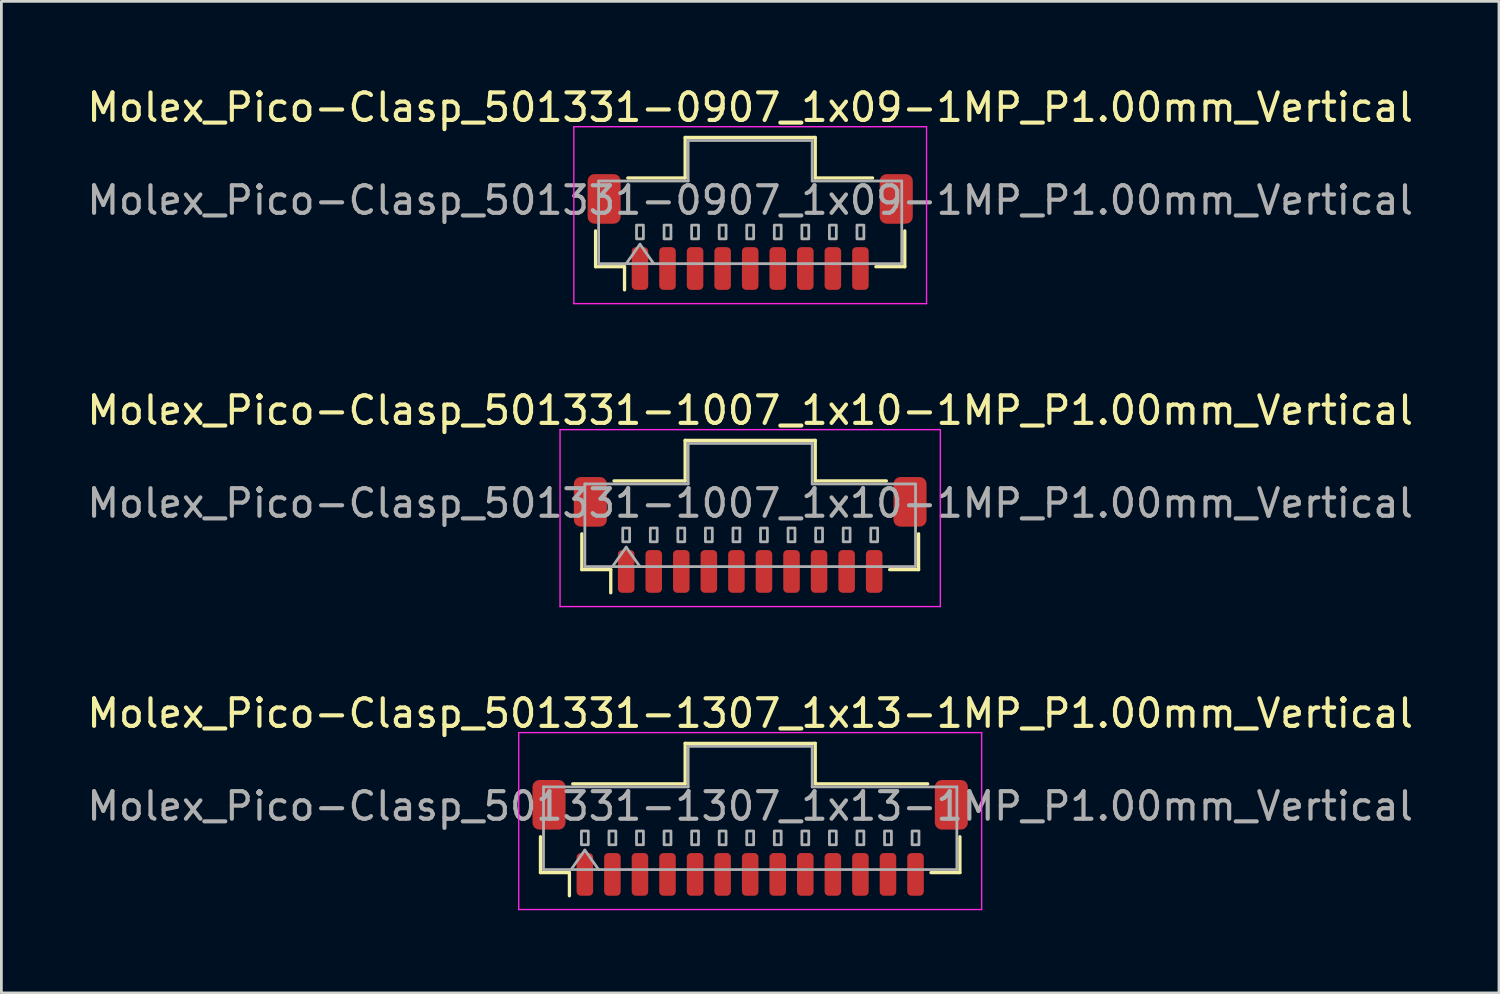
<source format=kicad_pcb>
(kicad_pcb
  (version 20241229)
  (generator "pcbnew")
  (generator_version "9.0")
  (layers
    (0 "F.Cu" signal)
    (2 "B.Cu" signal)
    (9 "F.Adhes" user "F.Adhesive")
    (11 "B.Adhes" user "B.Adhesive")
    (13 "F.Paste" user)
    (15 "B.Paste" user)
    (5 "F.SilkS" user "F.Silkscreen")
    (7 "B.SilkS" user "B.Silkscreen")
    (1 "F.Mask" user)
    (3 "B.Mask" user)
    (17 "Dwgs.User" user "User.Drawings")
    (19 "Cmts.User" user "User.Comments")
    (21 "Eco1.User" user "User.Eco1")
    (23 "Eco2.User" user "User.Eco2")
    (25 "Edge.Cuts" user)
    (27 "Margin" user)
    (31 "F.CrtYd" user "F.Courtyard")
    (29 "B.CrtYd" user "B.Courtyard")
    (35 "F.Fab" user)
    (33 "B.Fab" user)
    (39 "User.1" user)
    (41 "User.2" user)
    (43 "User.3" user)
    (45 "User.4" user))
  (footprint "Molex_Pico-Clasp_501331-0907_1x09-1MP_P1.00mm_Vertical"
    (layer "F.Cu")
    (at 24.173 5.368)
    (property "Reference" "Molex_Pico-Clasp_501331-0907_1x09-1MP_P1.00mm_Vertical" (at 0 -4.52 0) (layer "F.SilkS") (effects (font (size 1 1) (thickness 0.15))))
    (attr smd)
    (fp_line (start -5.61 -0.04) (end -5.61 1.26) (stroke (width 0.12) (type solid)) (layer "F.SilkS"))
    (fp_line (start -5.61 1.26) (end -4.56 1.26) (stroke (width 0.12) (type solid)) (layer "F.SilkS"))
    (fp_line (start -4.56 1.26) (end -4.56 2.1) (stroke (width 0.12) (type solid)) (layer "F.SilkS"))
    (fp_line (start -4.44 -1.96) (end -2.36 -1.96) (stroke (width 0.12) (type solid)) (layer "F.SilkS"))
    (fp_line (start -2.36 -3.43) (end 2.36 -3.43) (stroke (width 0.12) (type solid)) (layer "F.SilkS"))
    (fp_line (start -2.36 -1.96) (end -2.36 -3.43) (stroke (width 0.12) (type solid)) (layer "F.SilkS"))
    (fp_line (start 2.36 -3.43) (end 2.36 -1.96) (stroke (width 0.12) (type solid)) (layer "F.SilkS"))
    (fp_line (start 2.36 -1.96) (end 4.44 -1.96) (stroke (width 0.12) (type solid)) (layer "F.SilkS"))
    (fp_line (start 5.61 -0.04) (end 5.61 1.26) (stroke (width 0.12) (type solid)) (layer "F.SilkS"))
    (fp_line (start 5.61 1.26) (end 4.56 1.26) (stroke (width 0.12) (type solid)) (layer "F.SilkS"))
    (fp_line (start -6.4 -3.82) (end -6.4 2.6) (stroke (width 0.05) (type solid)) (layer "F.CrtYd"))
    (fp_line (start -6.4 2.6) (end 6.4 2.6) (stroke (width 0.05) (type solid)) (layer "F.CrtYd"))
    (fp_line (start 6.4 -3.82) (end -6.4 -3.82) (stroke (width 0.05) (type solid)) (layer "F.CrtYd"))
    (fp_line (start 6.4 2.6) (end 6.4 -3.82) (stroke (width 0.05) (type solid)) (layer "F.CrtYd"))
    (fp_line (start -5.5 -1.85) (end -2.25 -1.85) (stroke (width 0.1) (type solid)) (layer "F.Fab"))
    (fp_line (start -5.5 1.15) (end -5.5 -1.85) (stroke (width 0.1) (type solid)) (layer "F.Fab"))
    (fp_line (start -5.5 1.15) (end 5.5 1.15) (stroke (width 0.1) (type solid)) (layer "F.Fab"))
    (fp_line (start -4.5 1.15) (end -4 0.443) (stroke (width 0.1) (type solid)) (layer "F.Fab"))
    (fp_line (start -4 0.443) (end -3.5 1.15) (stroke (width 0.1) (type solid)) (layer "F.Fab"))
    (fp_line (start -2.25 -3.32) (end 2.25 -3.32) (stroke (width 0.1) (type solid)) (layer "F.Fab"))
    (fp_line (start -2.25 -1.85) (end -2.25 -3.32) (stroke (width 0.1) (type solid)) (layer "F.Fab"))
    (fp_line (start 2.25 -3.32) (end 2.25 -1.85) (stroke (width 0.1) (type solid)) (layer "F.Fab"))
    (fp_line (start 2.25 -1.85) (end 5.5 -1.85) (stroke (width 0.1) (type solid)) (layer "F.Fab"))
    (fp_line (start 5.5 1.15) (end 5.5 -1.85) (stroke (width 0.1) (type solid)) (layer "F.Fab"))
    (fp_rect (start -4.125 -0.25) (end -3.875 0.25) (stroke (width 0.1) (type solid)) (fill no) (layer "F.Fab"))
    (fp_rect (start -3.125 -0.25) (end -2.875 0.25) (stroke (width 0.1) (type solid)) (fill no) (layer "F.Fab"))
    (fp_rect (start -2.125 -0.25) (end -1.875 0.25) (stroke (width 0.1) (type solid)) (fill no) (layer "F.Fab"))
    (fp_rect (start -1.125 -0.25) (end -0.875 0.25) (stroke (width 0.1) (type solid)) (fill no) (layer "F.Fab"))
    (fp_rect (start -0.125 -0.25) (end 0.125 0.25) (stroke (width 0.1) (type solid)) (fill no) (layer "F.Fab"))
    (fp_rect (start 0.875 -0.25) (end 1.125 0.25) (stroke (width 0.1) (type solid)) (fill no) (layer "F.Fab"))
    (fp_rect (start 1.875 -0.25) (end 2.125 0.25) (stroke (width 0.1) (type solid)) (fill no) (layer "F.Fab"))
    (fp_rect (start 2.875 -0.25) (end 3.125 0.25) (stroke (width 0.1) (type solid)) (fill no) (layer "F.Fab"))
    (fp_rect (start 3.875 -0.25) (end 4.125 0.25) (stroke (width 0.1) (type solid)) (fill no) (layer "F.Fab"))
    (fp_text user "${REFERENCE}" (at 0 -1.15 0) (layer "F.Fab") (effects (font (size 1 1) (thickness 0.15))))
    (pad "1" smd roundrect (at -4 1.325) (size 0.6 1.55) (layers "F.Cu" "F.Mask" "F.Paste") (roundrect_rratio 0.25))
    (pad "2" smd roundrect (at -3 1.325) (size 0.6 1.55) (layers "F.Cu" "F.Mask" "F.Paste") (roundrect_rratio 0.25))
    (pad "3" smd roundrect (at -2 1.325) (size 0.6 1.55) (layers "F.Cu" "F.Mask" "F.Paste") (roundrect_rratio 0.25))
    (pad "4" smd roundrect (at -1 1.325) (size 0.6 1.55) (layers "F.Cu" "F.Mask" "F.Paste") (roundrect_rratio 0.25))
    (pad "5" smd roundrect (at 0 1.325) (size 0.6 1.55) (layers "F.Cu" "F.Mask" "F.Paste") (roundrect_rratio 0.25))
    (pad "6" smd roundrect (at 1 1.325) (size 0.6 1.55) (layers "F.Cu" "F.Mask" "F.Paste") (roundrect_rratio 0.25))
    (pad "7" smd roundrect (at 2 1.325) (size 0.6 1.55) (layers "F.Cu" "F.Mask" "F.Paste") (roundrect_rratio 0.25))
    (pad "8" smd roundrect (at 3 1.325) (size 0.6 1.55) (layers "F.Cu" "F.Mask" "F.Paste") (roundrect_rratio 0.25))
    (pad "9" smd roundrect (at 4 1.325) (size 0.6 1.55) (layers "F.Cu" "F.Mask" "F.Paste") (roundrect_rratio 0.25))
    (pad "MP" smd roundrect (at -5.3 -1.2) (size 1.2 1.8) (layers "F.Cu" "F.Mask" "F.Paste") (roundrect_rratio 0.208))
    (pad "MP" smd roundrect (at 5.3 -1.2) (size 1.2 1.8) (layers "F.Cu" "F.Mask" "F.Paste") (roundrect_rratio 0.208)))
  (footprint "Molex_Pico-Clasp_501331-1007_1x10-1MP_P1.00mm_Vertical"
    (layer "F.Cu")
    (at 24.173 16.361)
    (property "Reference" "Molex_Pico-Clasp_501331-1007_1x10-1MP_P1.00mm_Vertical" (at 0 -4.52 0) (layer "F.SilkS") (effects (font (size 1 1) (thickness 0.15))))
    (attr smd)
    (fp_line (start -6.11 -0.04) (end -6.11 1.26) (stroke (width 0.12) (type solid)) (layer "F.SilkS"))
    (fp_line (start -6.11 1.26) (end -5.06 1.26) (stroke (width 0.12) (type solid)) (layer "F.SilkS"))
    (fp_line (start -5.06 1.26) (end -5.06 2.1) (stroke (width 0.12) (type solid)) (layer "F.SilkS"))
    (fp_line (start -4.94 -1.96) (end -2.36 -1.96) (stroke (width 0.12) (type solid)) (layer "F.SilkS"))
    (fp_line (start -2.36 -3.43) (end 2.36 -3.43) (stroke (width 0.12) (type solid)) (layer "F.SilkS"))
    (fp_line (start -2.36 -1.96) (end -2.36 -3.43) (stroke (width 0.12) (type solid)) (layer "F.SilkS"))
    (fp_line (start 2.36 -3.43) (end 2.36 -1.96) (stroke (width 0.12) (type solid)) (layer "F.SilkS"))
    (fp_line (start 2.36 -1.96) (end 4.94 -1.96) (stroke (width 0.12) (type solid)) (layer "F.SilkS"))
    (fp_line (start 6.11 -0.04) (end 6.11 1.26) (stroke (width 0.12) (type solid)) (layer "F.SilkS"))
    (fp_line (start 6.11 1.26) (end 5.06 1.26) (stroke (width 0.12) (type solid)) (layer "F.SilkS"))
    (fp_line (start -6.9 -3.82) (end -6.9 2.6) (stroke (width 0.05) (type solid)) (layer "F.CrtYd"))
    (fp_line (start -6.9 2.6) (end 6.9 2.6) (stroke (width 0.05) (type solid)) (layer "F.CrtYd"))
    (fp_line (start 6.9 -3.82) (end -6.9 -3.82) (stroke (width 0.05) (type solid)) (layer "F.CrtYd"))
    (fp_line (start 6.9 2.6) (end 6.9 -3.82) (stroke (width 0.05) (type solid)) (layer "F.CrtYd"))
    (fp_line (start -6 -1.85) (end -2.25 -1.85) (stroke (width 0.1) (type solid)) (layer "F.Fab"))
    (fp_line (start -6 1.15) (end -6 -1.85) (stroke (width 0.1) (type solid)) (layer "F.Fab"))
    (fp_line (start -6 1.15) (end 6 1.15) (stroke (width 0.1) (type solid)) (layer "F.Fab"))
    (fp_line (start -5 1.15) (end -4.5 0.443) (stroke (width 0.1) (type solid)) (layer "F.Fab"))
    (fp_line (start -4.5 0.443) (end -4 1.15) (stroke (width 0.1) (type solid)) (layer "F.Fab"))
    (fp_line (start -2.25 -3.32) (end 2.25 -3.32) (stroke (width 0.1) (type solid)) (layer "F.Fab"))
    (fp_line (start -2.25 -1.85) (end -2.25 -3.32) (stroke (width 0.1) (type solid)) (layer "F.Fab"))
    (fp_line (start 2.25 -3.32) (end 2.25 -1.85) (stroke (width 0.1) (type solid)) (layer "F.Fab"))
    (fp_line (start 2.25 -1.85) (end 6 -1.85) (stroke (width 0.1) (type solid)) (layer "F.Fab"))
    (fp_line (start 6 1.15) (end 6 -1.85) (stroke (width 0.1) (type solid)) (layer "F.Fab"))
    (fp_rect (start -4.625 -0.25) (end -4.375 0.25) (stroke (width 0.1) (type solid)) (fill no) (layer "F.Fab"))
    (fp_rect (start -3.625 -0.25) (end -3.375 0.25) (stroke (width 0.1) (type solid)) (fill no) (layer "F.Fab"))
    (fp_rect (start -2.625 -0.25) (end -2.375 0.25) (stroke (width 0.1) (type solid)) (fill no) (layer "F.Fab"))
    (fp_rect (start -1.625 -0.25) (end -1.375 0.25) (stroke (width 0.1) (type solid)) (fill no) (layer "F.Fab"))
    (fp_rect (start -0.625 -0.25) (end -0.375 0.25) (stroke (width 0.1) (type solid)) (fill no) (layer "F.Fab"))
    (fp_rect (start 0.375 -0.25) (end 0.625 0.25) (stroke (width 0.1) (type solid)) (fill no) (layer "F.Fab"))
    (fp_rect (start 1.375 -0.25) (end 1.625 0.25) (stroke (width 0.1) (type solid)) (fill no) (layer "F.Fab"))
    (fp_rect (start 2.375 -0.25) (end 2.625 0.25) (stroke (width 0.1) (type solid)) (fill no) (layer "F.Fab"))
    (fp_rect (start 3.375 -0.25) (end 3.625 0.25) (stroke (width 0.1) (type solid)) (fill no) (layer "F.Fab"))
    (fp_rect (start 4.375 -0.25) (end 4.625 0.25) (stroke (width 0.1) (type solid)) (fill no) (layer "F.Fab"))
    (fp_text user "${REFERENCE}" (at 0 -1.15 0) (layer "F.Fab") (effects (font (size 1 1) (thickness 0.15))))
    (pad "1" smd roundrect (at -4.5 1.325) (size 0.6 1.55) (layers "F.Cu" "F.Mask" "F.Paste") (roundrect_rratio 0.25))
    (pad "2" smd roundrect (at -3.5 1.325) (size 0.6 1.55) (layers "F.Cu" "F.Mask" "F.Paste") (roundrect_rratio 0.25))
    (pad "3" smd roundrect (at -2.5 1.325) (size 0.6 1.55) (layers "F.Cu" "F.Mask" "F.Paste") (roundrect_rratio 0.25))
    (pad "4" smd roundrect (at -1.5 1.325) (size 0.6 1.55) (layers "F.Cu" "F.Mask" "F.Paste") (roundrect_rratio 0.25))
    (pad "5" smd roundrect (at -0.5 1.325) (size 0.6 1.55) (layers "F.Cu" "F.Mask" "F.Paste") (roundrect_rratio 0.25))
    (pad "6" smd roundrect (at 0.5 1.325) (size 0.6 1.55) (layers "F.Cu" "F.Mask" "F.Paste") (roundrect_rratio 0.25))
    (pad "7" smd roundrect (at 1.5 1.325) (size 0.6 1.55) (layers "F.Cu" "F.Mask" "F.Paste") (roundrect_rratio 0.25))
    (pad "8" smd roundrect (at 2.5 1.325) (size 0.6 1.55) (layers "F.Cu" "F.Mask" "F.Paste") (roundrect_rratio 0.25))
    (pad "9" smd roundrect (at 3.5 1.325) (size 0.6 1.55) (layers "F.Cu" "F.Mask" "F.Paste") (roundrect_rratio 0.25))
    (pad "10" smd roundrect (at 4.5 1.325) (size 0.6 1.55) (layers "F.Cu" "F.Mask" "F.Paste") (roundrect_rratio 0.25))
    (pad "MP" smd roundrect (at -5.8 -1.2) (size 1.2 1.8) (layers "F.Cu" "F.Mask" "F.Paste") (roundrect_rratio 0.208))
    (pad "MP" smd roundrect (at 5.8 -1.2) (size 1.2 1.8) (layers "F.Cu" "F.Mask" "F.Paste") (roundrect_rratio 0.208)))
  (footprint "Molex_Pico-Clasp_501331-1307_1x13-1MP_P1.00mm_Vertical"
    (layer "F.Cu")
    (at 24.173 27.355)
    (property "Reference" "Molex_Pico-Clasp_501331-1307_1x13-1MP_P1.00mm_Vertical" (at 0 -4.52 0) (layer "F.SilkS") (effects (font (size 1 1) (thickness 0.15))))
    (attr smd)
    (fp_line (start -7.61 -0.04) (end -7.61 1.26) (stroke (width 0.12) (type solid)) (layer "F.SilkS"))
    (fp_line (start -7.61 1.26) (end -6.56 1.26) (stroke (width 0.12) (type solid)) (layer "F.SilkS"))
    (fp_line (start -6.56 1.26) (end -6.56 2.1) (stroke (width 0.12) (type solid)) (layer "F.SilkS"))
    (fp_line (start -6.44 -1.96) (end -2.36 -1.96) (stroke (width 0.12) (type solid)) (layer "F.SilkS"))
    (fp_line (start -2.36 -3.43) (end 2.36 -3.43) (stroke (width 0.12) (type solid)) (layer "F.SilkS"))
    (fp_line (start -2.36 -1.96) (end -2.36 -3.43) (stroke (width 0.12) (type solid)) (layer "F.SilkS"))
    (fp_line (start 2.36 -3.43) (end 2.36 -1.96) (stroke (width 0.12) (type solid)) (layer "F.SilkS"))
    (fp_line (start 2.36 -1.96) (end 6.44 -1.96) (stroke (width 0.12) (type solid)) (layer "F.SilkS"))
    (fp_line (start 7.61 -0.04) (end 7.61 1.26) (stroke (width 0.12) (type solid)) (layer "F.SilkS"))
    (fp_line (start 7.61 1.26) (end 6.56 1.26) (stroke (width 0.12) (type solid)) (layer "F.SilkS"))
    (fp_line (start -8.4 -3.82) (end -8.4 2.6) (stroke (width 0.05) (type solid)) (layer "F.CrtYd"))
    (fp_line (start -8.4 2.6) (end 8.4 2.6) (stroke (width 0.05) (type solid)) (layer "F.CrtYd"))
    (fp_line (start 8.4 -3.82) (end -8.4 -3.82) (stroke (width 0.05) (type solid)) (layer "F.CrtYd"))
    (fp_line (start 8.4 2.6) (end 8.4 -3.82) (stroke (width 0.05) (type solid)) (layer "F.CrtYd"))
    (fp_line (start -7.5 -1.85) (end -2.25 -1.85) (stroke (width 0.1) (type solid)) (layer "F.Fab"))
    (fp_line (start -7.5 1.15) (end -7.5 -1.85) (stroke (width 0.1) (type solid)) (layer "F.Fab"))
    (fp_line (start -7.5 1.15) (end 7.5 1.15) (stroke (width 0.1) (type solid)) (layer "F.Fab"))
    (fp_line (start -6.5 1.15) (end -6 0.443) (stroke (width 0.1) (type solid)) (layer "F.Fab"))
    (fp_line (start -6 0.443) (end -5.5 1.15) (stroke (width 0.1) (type solid)) (layer "F.Fab"))
    (fp_line (start -2.25 -3.32) (end 2.25 -3.32) (stroke (width 0.1) (type solid)) (layer "F.Fab"))
    (fp_line (start -2.25 -1.85) (end -2.25 -3.32) (stroke (width 0.1) (type solid)) (layer "F.Fab"))
    (fp_line (start 2.25 -3.32) (end 2.25 -1.85) (stroke (width 0.1) (type solid)) (layer "F.Fab"))
    (fp_line (start 2.25 -1.85) (end 7.5 -1.85) (stroke (width 0.1) (type solid)) (layer "F.Fab"))
    (fp_line (start 7.5 1.15) (end 7.5 -1.85) (stroke (width 0.1) (type solid)) (layer "F.Fab"))
    (fp_rect (start -6.125 -0.25) (end -5.875 0.25) (stroke (width 0.1) (type solid)) (fill no) (layer "F.Fab"))
    (fp_rect (start -5.125 -0.25) (end -4.875 0.25) (stroke (width 0.1) (type solid)) (fill no) (layer "F.Fab"))
    (fp_rect (start -4.125 -0.25) (end -3.875 0.25) (stroke (width 0.1) (type solid)) (fill no) (layer "F.Fab"))
    (fp_rect (start -3.125 -0.25) (end -2.875 0.25) (stroke (width 0.1) (type solid)) (fill no) (layer "F.Fab"))
    (fp_rect (start -2.125 -0.25) (end -1.875 0.25) (stroke (width 0.1) (type solid)) (fill no) (layer "F.Fab"))
    (fp_rect (start -1.125 -0.25) (end -0.875 0.25) (stroke (width 0.1) (type solid)) (fill no) (layer "F.Fab"))
    (fp_rect (start -0.125 -0.25) (end 0.125 0.25) (stroke (width 0.1) (type solid)) (fill no) (layer "F.Fab"))
    (fp_rect (start 0.875 -0.25) (end 1.125 0.25) (stroke (width 0.1) (type solid)) (fill no) (layer "F.Fab"))
    (fp_rect (start 1.875 -0.25) (end 2.125 0.25) (stroke (width 0.1) (type solid)) (fill no) (layer "F.Fab"))
    (fp_rect (start 2.875 -0.25) (end 3.125 0.25) (stroke (width 0.1) (type solid)) (fill no) (layer "F.Fab"))
    (fp_rect (start 3.875 -0.25) (end 4.125 0.25) (stroke (width 0.1) (type solid)) (fill no) (layer "F.Fab"))
    (fp_rect (start 4.875 -0.25) (end 5.125 0.25) (stroke (width 0.1) (type solid)) (fill no) (layer "F.Fab"))
    (fp_rect (start 5.875 -0.25) (end 6.125 0.25) (stroke (width 0.1) (type solid)) (fill no) (layer "F.Fab"))
    (fp_text user "${REFERENCE}" (at 0 -1.15 0) (layer "F.Fab") (effects (font (size 1 1) (thickness 0.15))))
    (pad "1" smd roundrect (at -6 1.325) (size 0.6 1.55) (layers "F.Cu" "F.Mask" "F.Paste") (roundrect_rratio 0.25))
    (pad "2" smd roundrect (at -5 1.325) (size 0.6 1.55) (layers "F.Cu" "F.Mask" "F.Paste") (roundrect_rratio 0.25))
    (pad "3" smd roundrect (at -4 1.325) (size 0.6 1.55) (layers "F.Cu" "F.Mask" "F.Paste") (roundrect_rratio 0.25))
    (pad "4" smd roundrect (at -3 1.325) (size 0.6 1.55) (layers "F.Cu" "F.Mask" "F.Paste") (roundrect_rratio 0.25))
    (pad "5" smd roundrect (at -2 1.325) (size 0.6 1.55) (layers "F.Cu" "F.Mask" "F.Paste") (roundrect_rratio 0.25))
    (pad "6" smd roundrect (at -1 1.325) (size 0.6 1.55) (layers "F.Cu" "F.Mask" "F.Paste") (roundrect_rratio 0.25))
    (pad "7" smd roundrect (at 0 1.325) (size 0.6 1.55) (layers "F.Cu" "F.Mask" "F.Paste") (roundrect_rratio 0.25))
    (pad "8" smd roundrect (at 1 1.325) (size 0.6 1.55) (layers "F.Cu" "F.Mask" "F.Paste") (roundrect_rratio 0.25))
    (pad "9" smd roundrect (at 2 1.325) (size 0.6 1.55) (layers "F.Cu" "F.Mask" "F.Paste") (roundrect_rratio 0.25))
    (pad "10" smd roundrect (at 3 1.325) (size 0.6 1.55) (layers "F.Cu" "F.Mask" "F.Paste") (roundrect_rratio 0.25))
    (pad "11" smd roundrect (at 4 1.325) (size 0.6 1.55) (layers "F.Cu" "F.Mask" "F.Paste") (roundrect_rratio 0.25))
    (pad "12" smd roundrect (at 5 1.325) (size 0.6 1.55) (layers "F.Cu" "F.Mask" "F.Paste") (roundrect_rratio 0.25))
    (pad "13" smd roundrect (at 6 1.325) (size 0.6 1.55) (layers "F.Cu" "F.Mask" "F.Paste") (roundrect_rratio 0.25))
    (pad "MP" smd roundrect (at -7.3 -1.2) (size 1.2 1.8) (layers "F.Cu" "F.Mask" "F.Paste") (roundrect_rratio 0.208))
    (pad "MP" smd roundrect (at 7.3 -1.2) (size 1.2 1.8) (layers "F.Cu" "F.Mask" "F.Paste") (roundrect_rratio 0.208)))
  (gr_rect
    (start -3 -3)
    (end 51.345 32.98)
    (stroke (width 0.1) (type default))
    (fill no)
    (layer "Edge.Cuts")))
</source>
